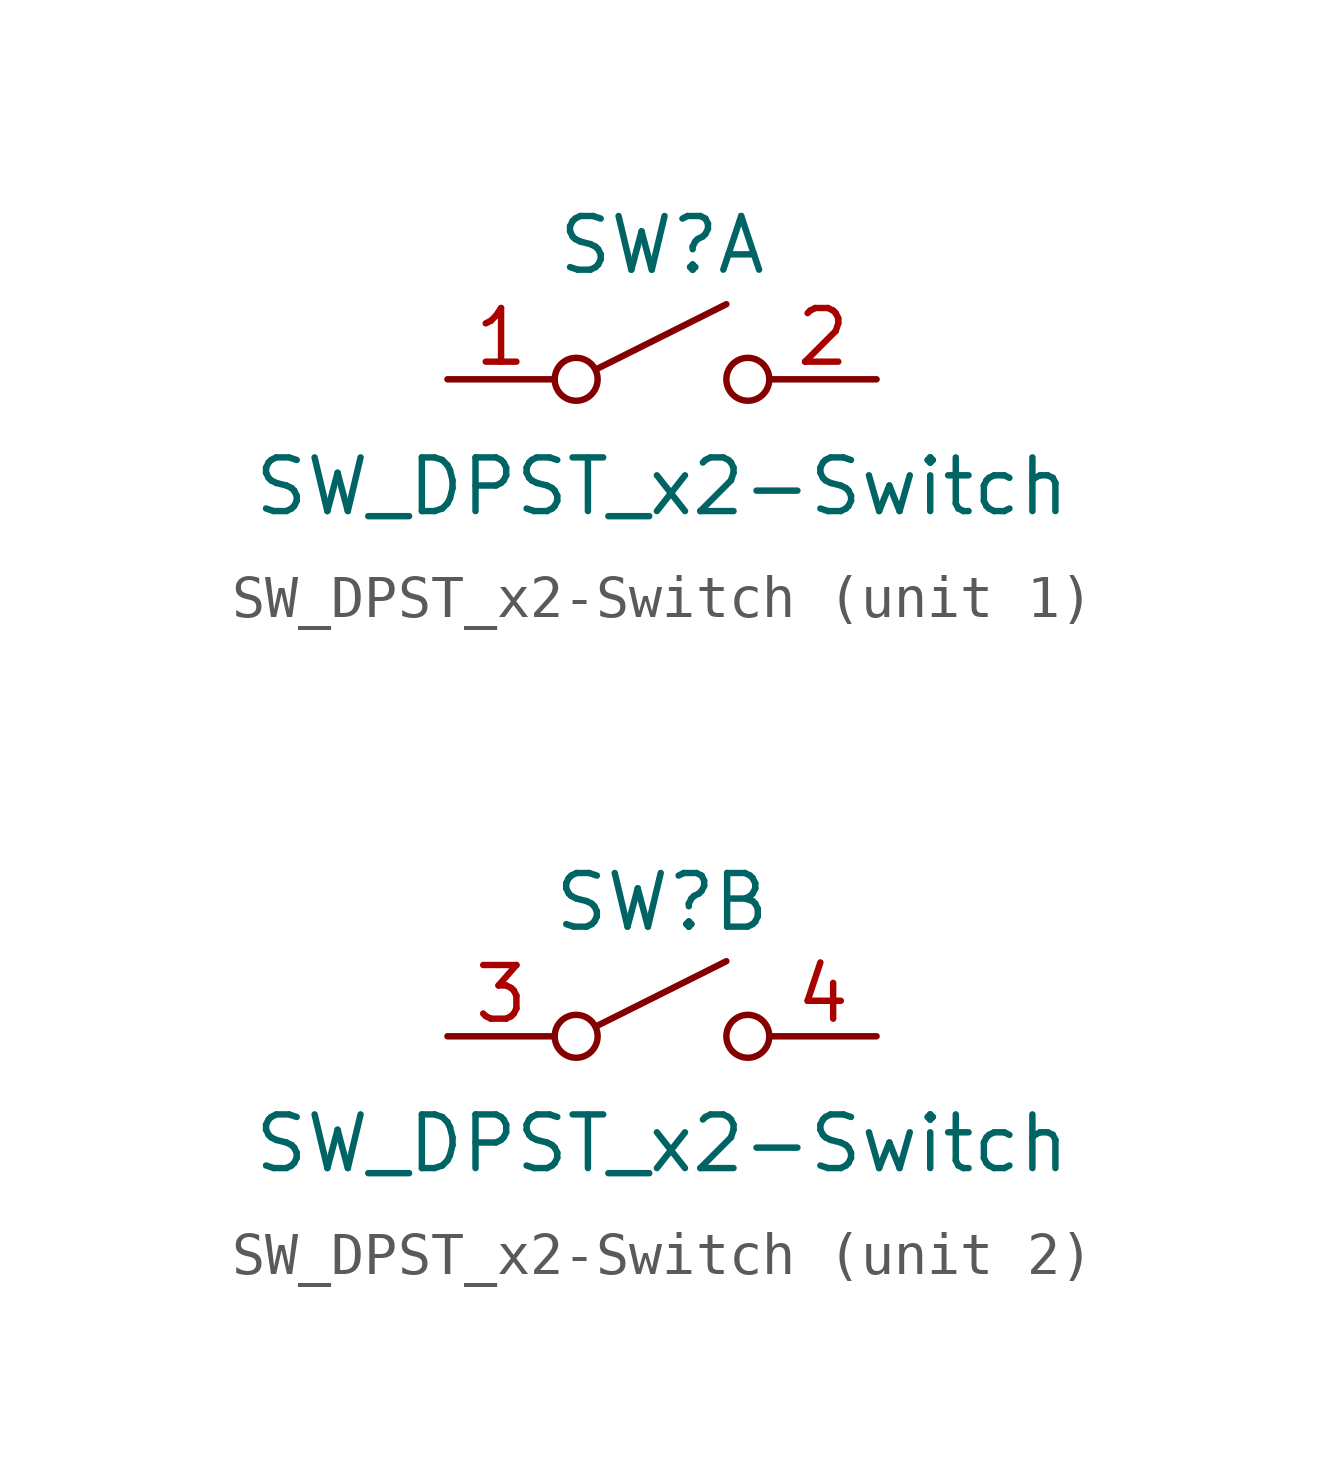
<source format=kicad_sym>
(kicad_symbol_lib
  (version 20211014)
  (generator kicad_symbol_editor)
  (symbol "SW_DPST_x2-Switch"
    (pin_names
      (offset 0) hide)
    (property "Reference" "SW"
      (at 0 3.175 0)
      (effects (font (size 1.27 1.27))))
    (property "Value" "SW_DPST_x2-Switch"
      (at 0 -2.54 0)
      (effects (font (size 1.27 1.27))))
    (symbol "SW_DPST_x2-Switch_0_0"
      (circle (center -2.032 0) (radius 0.508) (stroke (width 0) (type default) (color 0 0 0 0)) (fill (type none)))
      (polyline (pts (xy -1.524 0.254) (xy 1.524 1.778)) (stroke (width 0) (type default) (color 0 0 0 0)) (fill (type none)))
      (circle (center 2.032 0) (radius 0.508) (stroke (width 0) (type default) (color 0 0 0 0)) (fill (type none))))
    (symbol "SW_DPST_x2-Switch_1_1"
      (pin passive line (at -5.08 0 0) (length 2.54) (name "A" (effects (font (size 1.27 1.27)))) (number "1" (effects (font (size 1.27 1.27)))))
      (pin passive line (at 5.08 0 180) (length 2.54) (name "B" (effects (font (size 1.27 1.27)))) (number "2" (effects (font (size 1.27 1.27))))))
    (symbol "SW_DPST_x2-Switch_2_1"
      (pin input line (at -5.08 0 0) (length 2.54) (name "A" (effects (font (size 1.27 1.27)))) (number "3" (effects (font (size 1.27 1.27)))))
      (pin input line (at 5.08 0 180) (length 2.54) (name "B" (effects (font (size 1.27 1.27)))) (number "4" (effects (font (size 1.27 1.27))))))))
</source>
